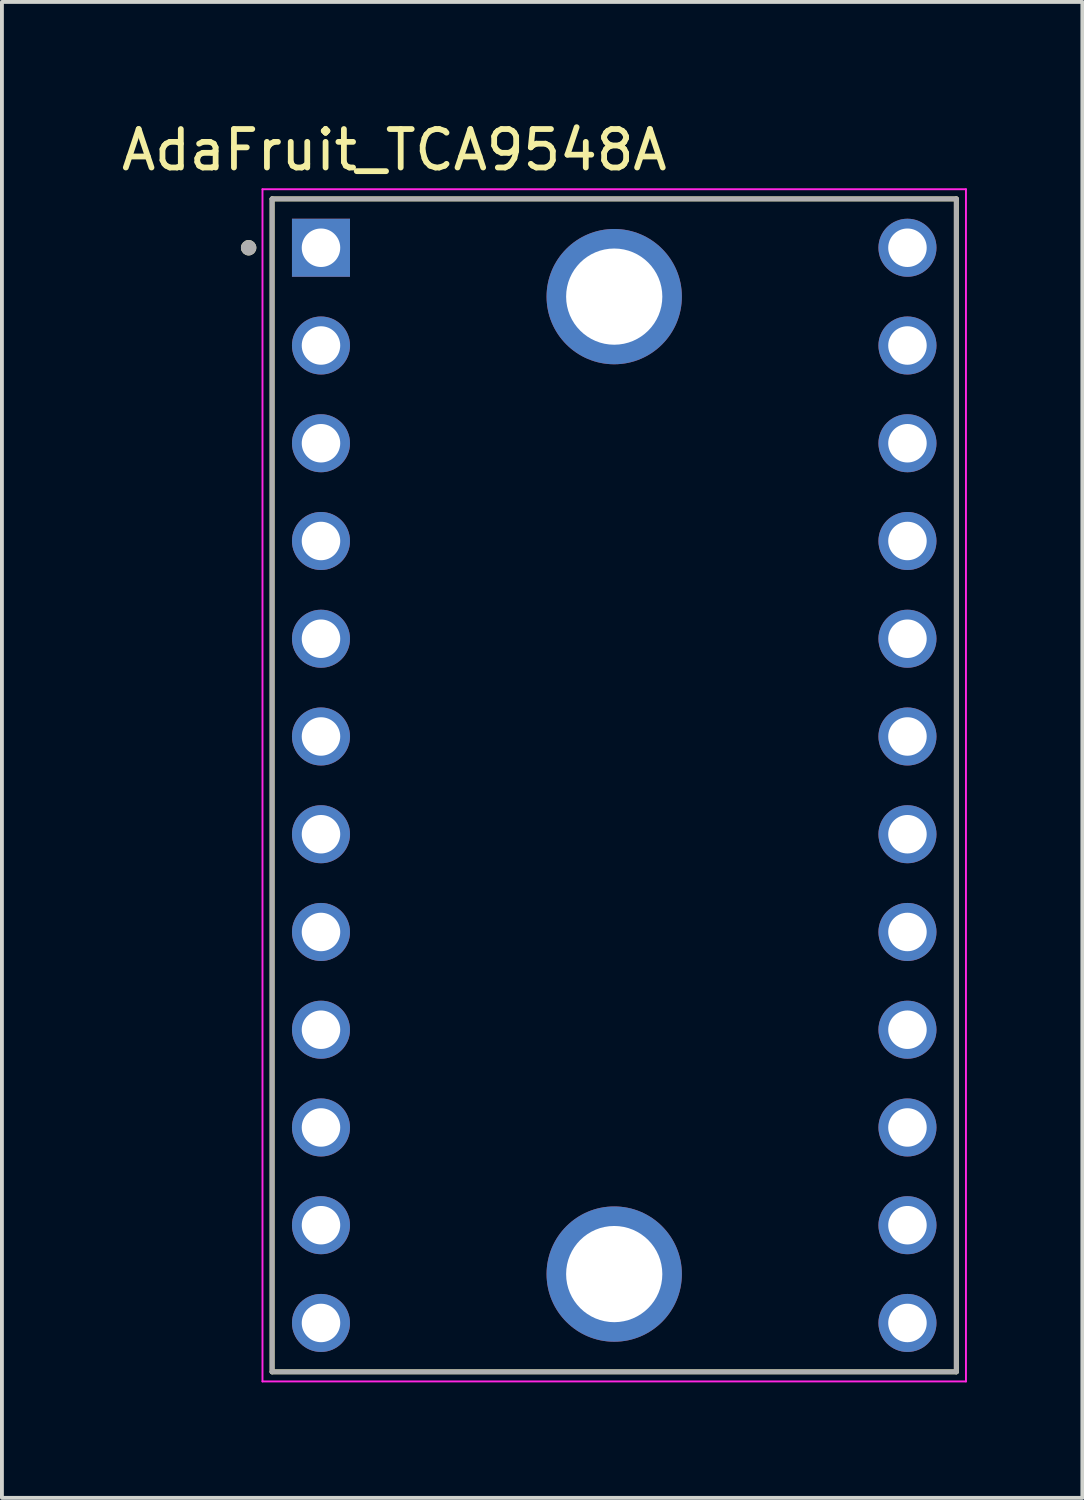
<source format=kicad_pcb>
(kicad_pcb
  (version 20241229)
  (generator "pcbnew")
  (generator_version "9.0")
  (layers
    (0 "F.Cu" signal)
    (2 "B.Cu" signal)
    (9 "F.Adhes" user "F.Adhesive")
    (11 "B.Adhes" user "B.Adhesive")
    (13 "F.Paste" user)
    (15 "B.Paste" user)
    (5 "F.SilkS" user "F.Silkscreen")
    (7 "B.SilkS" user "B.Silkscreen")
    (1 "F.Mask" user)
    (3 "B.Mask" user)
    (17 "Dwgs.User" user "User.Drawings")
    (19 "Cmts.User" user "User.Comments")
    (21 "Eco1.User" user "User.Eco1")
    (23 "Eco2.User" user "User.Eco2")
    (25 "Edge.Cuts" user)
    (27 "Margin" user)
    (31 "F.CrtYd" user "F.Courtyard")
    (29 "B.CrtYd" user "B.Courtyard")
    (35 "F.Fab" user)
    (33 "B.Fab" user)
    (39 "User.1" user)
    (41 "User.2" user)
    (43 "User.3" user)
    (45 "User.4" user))
  (footprint "AdaFruit_TCA9548A"
    (layer "F.Cu")
    (at 12.911 17.358)
    (property "Reference" "AdaFruit_TCA9548A" (at -5.715 -16.51 0) (layer "F.SilkS") (effects (font (size 1 1) (thickness 0.15))))
    (attr through_hole)
    (fp_line (start -8.89 -15.24) (end 8.89 -15.24) (stroke (width 0.127) (type solid)) (layer "F.SilkS"))
    (fp_line (start -8.89 15.24) (end -8.89 -15.24) (stroke (width 0.127) (type solid)) (layer "F.SilkS"))
    (fp_line (start 8.89 -15.24) (end 8.89 15.24) (stroke (width 0.127) (type solid)) (layer "F.SilkS"))
    (fp_line (start 8.89 15.24) (end -8.89 15.24) (stroke (width 0.127) (type solid)) (layer "F.SilkS"))
    (fp_circle (center -9.5 -13.97) (end -9.4 -13.97) (stroke (width 0.2) (type solid)) (fill no) (layer "F.SilkS"))
    (fp_line (start -9.14 -15.49) (end -9.14 15.49) (stroke (width 0.05) (type solid)) (layer "F.CrtYd"))
    (fp_line (start -9.14 15.49) (end 9.14 15.49) (stroke (width 0.05) (type solid)) (layer "F.CrtYd"))
    (fp_line (start 9.14 -15.49) (end -9.14 -15.49) (stroke (width 0.05) (type solid)) (layer "F.CrtYd"))
    (fp_line (start 9.14 15.49) (end 9.14 -15.49) (stroke (width 0.05) (type solid)) (layer "F.CrtYd"))
    (fp_line (start -8.89 -15.24) (end 8.89 -15.24) (stroke (width 0.127) (type solid)) (layer "F.Fab"))
    (fp_line (start -8.89 15.24) (end -8.89 -15.24) (stroke (width 0.127) (type solid)) (layer "F.Fab"))
    (fp_line (start -8.89 15.24) (end 8.89 15.24) (stroke (width 0.127) (type solid)) (layer "F.Fab"))
    (fp_line (start 8.89 -15.24) (end 8.89 15.24) (stroke (width 0.127) (type solid)) (layer "F.Fab"))
    (fp_circle (center -9.5 -13.97) (end -9.4 -13.97) (stroke (width 0.2) (type solid)) (fill no) (layer "F.Fab"))
    (pad "1" thru_hole rect (at -7.62 -13.97) (size 1.508 1.508) (drill 1) (layers "*.Cu" "*.Mask"))
    (pad "2" thru_hole circle (at -7.62 -11.43) (size 1.508 1.508) (drill 1) (layers "*.Cu" "*.Mask"))
    (pad "3" thru_hole circle (at -7.62 -8.89) (size 1.508 1.508) (drill 1) (layers "*.Cu" "*.Mask"))
    (pad "4" thru_hole circle (at -7.62 -6.35) (size 1.508 1.508) (drill 1) (layers "*.Cu" "*.Mask"))
    (pad "5" thru_hole circle (at -7.62 -3.81) (size 1.508 1.508) (drill 1) (layers "*.Cu" "*.Mask"))
    (pad "6" thru_hole circle (at -7.62 -1.27) (size 1.508 1.508) (drill 1) (layers "*.Cu" "*.Mask"))
    (pad "7" thru_hole circle (at -7.62 1.27) (size 1.508 1.508) (drill 1) (layers "*.Cu" "*.Mask"))
    (pad "8" thru_hole circle (at -7.62 3.81) (size 1.508 1.508) (drill 1) (layers "*.Cu" "*.Mask"))
    (pad "9" thru_hole circle (at -7.62 6.35) (size 1.508 1.508) (drill 1) (layers "*.Cu" "*.Mask"))
    (pad "10" thru_hole circle (at -7.62 8.89) (size 1.508 1.508) (drill 1) (layers "*.Cu" "*.Mask"))
    (pad "11" thru_hole circle (at -7.62 11.43) (size 1.508 1.508) (drill 1) (layers "*.Cu" "*.Mask"))
    (pad "12" thru_hole circle (at -7.62 13.97) (size 1.508 1.508) (drill 1) (layers "*.Cu" "*.Mask"))
    (pad "13" thru_hole circle (at 7.62 13.97) (size 1.508 1.508) (drill 1) (layers "*.Cu" "*.Mask"))
    (pad "14" thru_hole circle (at 7.62 11.43) (size 1.508 1.508) (drill 1) (layers "*.Cu" "*.Mask"))
    (pad "15" thru_hole circle (at 7.62 8.89) (size 1.508 1.508) (drill 1) (layers "*.Cu" "*.Mask"))
    (pad "16" thru_hole circle (at 7.62 6.35) (size 1.508 1.508) (drill 1) (layers "*.Cu" "*.Mask"))
    (pad "17" thru_hole circle (at 7.62 3.81) (size 1.508 1.508) (drill 1) (layers "*.Cu" "*.Mask"))
    (pad "18" thru_hole circle (at 7.62 1.27) (size 1.508 1.508) (drill 1) (layers "*.Cu" "*.Mask"))
    (pad "19" thru_hole circle (at 7.62 -1.27) (size 1.508 1.508) (drill 1) (layers "*.Cu" "*.Mask"))
    (pad "20" thru_hole circle (at 7.62 -3.81) (size 1.508 1.508) (drill 1) (layers "*.Cu" "*.Mask"))
    (pad "21" thru_hole circle (at 7.62 -6.35) (size 1.508 1.508) (drill 1) (layers "*.Cu" "*.Mask"))
    (pad "22" thru_hole circle (at 7.62 -8.89) (size 1.508 1.508) (drill 1) (layers "*.Cu" "*.Mask"))
    (pad "23" thru_hole circle (at 7.62 -11.43) (size 1.508 1.508) (drill 1) (layers "*.Cu" "*.Mask"))
    (pad "24" thru_hole circle (at 7.62 -13.97) (size 1.508 1.508) (drill 1) (layers "*.Cu" "*.Mask"))
    (pad "P1" thru_hole circle (at 0 -12.7) (size 3.516 3.516) (drill 2.5) (layers "*.Cu" "*.Mask"))
    (pad "P2" thru_hole circle (at 0 12.7) (size 3.516 3.516) (drill 2.5) (layers "*.Cu" "*.Mask"))
    (zone (net_name "") (layer "F.Cu") (hatch full 0.508) (connect_pads) (min_thickness 2.032) (filled_areas_thickness no) (keepout (tracks not_allowed) (vias not_allowed) (pads not_allowed) (copperpour not_allowed) (footprints allowed)) (placement (enabled no)) (fill) (polygon (pts (xy 14.927 4.658) (xy 14.918 4.856) (xy 14.889 5.052) (xy 14.841 5.243) (xy 14.774 5.43) (xy 14.689 5.609) (xy 14.588 5.778) (xy 14.47 5.937) (xy 14.337 6.084) (xy 14.19 6.217) (xy 14.031 6.334) (xy 13.862 6.436) (xy 13.683 6.521) (xy 13.497 6.587) (xy 13.305 6.636) (xy 13.109 6.665) (xy 12.911 6.674) (xy 12.714 6.665) (xy 12.518 6.636) (xy 12.326 6.587) (xy 12.14 6.521) (xy 11.961 6.436) (xy 11.791 6.334) (xy 11.632 6.217) (xy 11.486 6.084) (xy 11.353 5.937) (xy 11.235 5.778) (xy 11.133 5.609) (xy 11.049 5.43) (xy 10.982 5.243) (xy 10.934 5.052) (xy 10.905 4.856) (xy 10.895 4.658) (xy 10.905 4.461) (xy 10.934 4.265) (xy 10.982 4.073) (xy 11.049 3.887) (xy 11.133 3.708) (xy 11.235 3.538) (xy 11.353 3.379) (xy 11.486 3.233) (xy 11.632 3.1) (xy 11.791 2.982) (xy 11.961 2.88) (xy 12.14 2.796) (xy 12.326 2.729) (xy 12.518 2.681) (xy 12.714 2.652) (xy 12.911 2.642) (xy 13.109 2.652) (xy 13.305 2.681) (xy 13.497 2.729) (xy 13.683 2.796) (xy 13.862 2.88) (xy 14.031 2.982) (xy 14.19 3.1) (xy 14.337 3.233) (xy 14.47 3.379) (xy 14.588 3.538) (xy 14.689 3.708) (xy 14.774 3.887) (xy 14.841 4.073) (xy 14.889 4.265) (xy 14.918 4.461))))
    (zone (net_name "") (layer "F.Cu") (hatch full 0.508) (connect_pads) (min_thickness 2.032) (filled_areas_thickness no) (keepout (tracks not_allowed) (vias not_allowed) (pads not_allowed) (copperpour not_allowed) (footprints allowed)) (placement (enabled no)) (fill) (polygon (pts (xy 14.927 30.058) (xy 14.918 30.256) (xy 14.889 30.452) (xy 14.841 30.643) (xy 14.774 30.83) (xy 14.689 31.009) (xy 14.588 31.178) (xy 14.47 31.337) (xy 14.337 31.484) (xy 14.19 31.617) (xy 14.031 31.734) (xy 13.862 31.836) (xy 13.683 31.921) (xy 13.497 31.987) (xy 13.305 32.036) (xy 13.109 32.065) (xy 12.911 32.074) (xy 12.714 32.065) (xy 12.518 32.036) (xy 12.326 31.987) (xy 12.14 31.921) (xy 11.961 31.836) (xy 11.791 31.734) (xy 11.632 31.617) (xy 11.486 31.484) (xy 11.353 31.337) (xy 11.235 31.178) (xy 11.133 31.009) (xy 11.049 30.83) (xy 10.982 30.643) (xy 10.934 30.452) (xy 10.905 30.256) (xy 10.895 30.058) (xy 10.905 29.861) (xy 10.934 29.665) (xy 10.982 29.473) (xy 11.049 29.287) (xy 11.133 29.108) (xy 11.235 28.938) (xy 11.353 28.779) (xy 11.486 28.633) (xy 11.632 28.5) (xy 11.791 28.382) (xy 11.961 28.28) (xy 12.14 28.196) (xy 12.326 28.129) (xy 12.518 28.081) (xy 12.714 28.052) (xy 12.911 28.042) (xy 13.109 28.052) (xy 13.305 28.081) (xy 13.497 28.129) (xy 13.683 28.196) (xy 13.862 28.28) (xy 14.031 28.382) (xy 14.19 28.5) (xy 14.337 28.633) (xy 14.47 28.779) (xy 14.588 28.938) (xy 14.689 29.108) (xy 14.774 29.287) (xy 14.841 29.473) (xy 14.889 29.665) (xy 14.918 29.861))))
    (zone (net_name "") (layer "B.Cu") (hatch full 0.508) (connect_pads) (min_thickness 2.032) (filled_areas_thickness no) (keepout (tracks not_allowed) (vias not_allowed) (pads not_allowed) (copperpour not_allowed) (footprints allowed)) (placement (enabled no)) (fill) (polygon (pts (xy 14.927 4.658) (xy 14.918 4.856) (xy 14.889 5.052) (xy 14.841 5.243) (xy 14.774 5.43) (xy 14.689 5.609) (xy 14.588 5.778) (xy 14.47 5.937) (xy 14.337 6.084) (xy 14.19 6.217) (xy 14.031 6.334) (xy 13.862 6.436) (xy 13.683 6.521) (xy 13.497 6.587) (xy 13.305 6.636) (xy 13.109 6.665) (xy 12.911 6.674) (xy 12.714 6.665) (xy 12.518 6.636) (xy 12.326 6.587) (xy 12.14 6.521) (xy 11.961 6.436) (xy 11.791 6.334) (xy 11.632 6.217) (xy 11.486 6.084) (xy 11.353 5.937) (xy 11.235 5.778) (xy 11.133 5.609) (xy 11.049 5.43) (xy 10.982 5.243) (xy 10.934 5.052) (xy 10.905 4.856) (xy 10.895 4.658) (xy 10.905 4.461) (xy 10.934 4.265) (xy 10.982 4.073) (xy 11.049 3.887) (xy 11.133 3.708) (xy 11.235 3.538) (xy 11.353 3.379) (xy 11.486 3.233) (xy 11.632 3.1) (xy 11.791 2.982) (xy 11.961 2.88) (xy 12.14 2.796) (xy 12.326 2.729) (xy 12.518 2.681) (xy 12.714 2.652) (xy 12.911 2.642) (xy 13.109 2.652) (xy 13.305 2.681) (xy 13.497 2.729) (xy 13.683 2.796) (xy 13.862 2.88) (xy 14.031 2.982) (xy 14.19 3.1) (xy 14.337 3.233) (xy 14.47 3.379) (xy 14.588 3.538) (xy 14.689 3.708) (xy 14.774 3.887) (xy 14.841 4.073) (xy 14.889 4.265) (xy 14.918 4.461))))
    (zone (net_name "") (layer "B.Cu") (hatch full 0.508) (connect_pads) (min_thickness 2.032) (filled_areas_thickness no) (keepout (tracks not_allowed) (vias not_allowed) (pads not_allowed) (copperpour not_allowed) (footprints allowed)) (placement (enabled no)) (fill) (polygon (pts (xy 14.927 30.058) (xy 14.918 30.256) (xy 14.889 30.452) (xy 14.841 30.643) (xy 14.774 30.83) (xy 14.689 31.009) (xy 14.588 31.178) (xy 14.47 31.337) (xy 14.337 31.484) (xy 14.19 31.617) (xy 14.031 31.734) (xy 13.862 31.836) (xy 13.683 31.921) (xy 13.497 31.987) (xy 13.305 32.036) (xy 13.109 32.065) (xy 12.911 32.074) (xy 12.714 32.065) (xy 12.518 32.036) (xy 12.326 31.987) (xy 12.14 31.921) (xy 11.961 31.836) (xy 11.791 31.734) (xy 11.632 31.617) (xy 11.486 31.484) (xy 11.353 31.337) (xy 11.235 31.178) (xy 11.133 31.009) (xy 11.049 30.83) (xy 10.982 30.643) (xy 10.934 30.452) (xy 10.905 30.256) (xy 10.895 30.058) (xy 10.905 29.861) (xy 10.934 29.665) (xy 10.982 29.473) (xy 11.049 29.287) (xy 11.133 29.108) (xy 11.235 28.938) (xy 11.353 28.779) (xy 11.486 28.633) (xy 11.632 28.5) (xy 11.791 28.382) (xy 11.961 28.28) (xy 12.14 28.196) (xy 12.326 28.129) (xy 12.518 28.081) (xy 12.714 28.052) (xy 12.911 28.042) (xy 13.109 28.052) (xy 13.305 28.081) (xy 13.497 28.129) (xy 13.683 28.196) (xy 13.862 28.28) (xy 14.031 28.382) (xy 14.19 28.5) (xy 14.337 28.633) (xy 14.47 28.779) (xy 14.588 28.938) (xy 14.689 29.108) (xy 14.774 29.287) (xy 14.841 29.473) (xy 14.889 29.665) (xy 14.918 29.861)))))
  (gr_rect
    (start -3 -3)
    (end 25.076 35.873)
    (stroke (width 0.1) (type default))
    (fill no)
    (layer "Edge.Cuts")))
</source>
